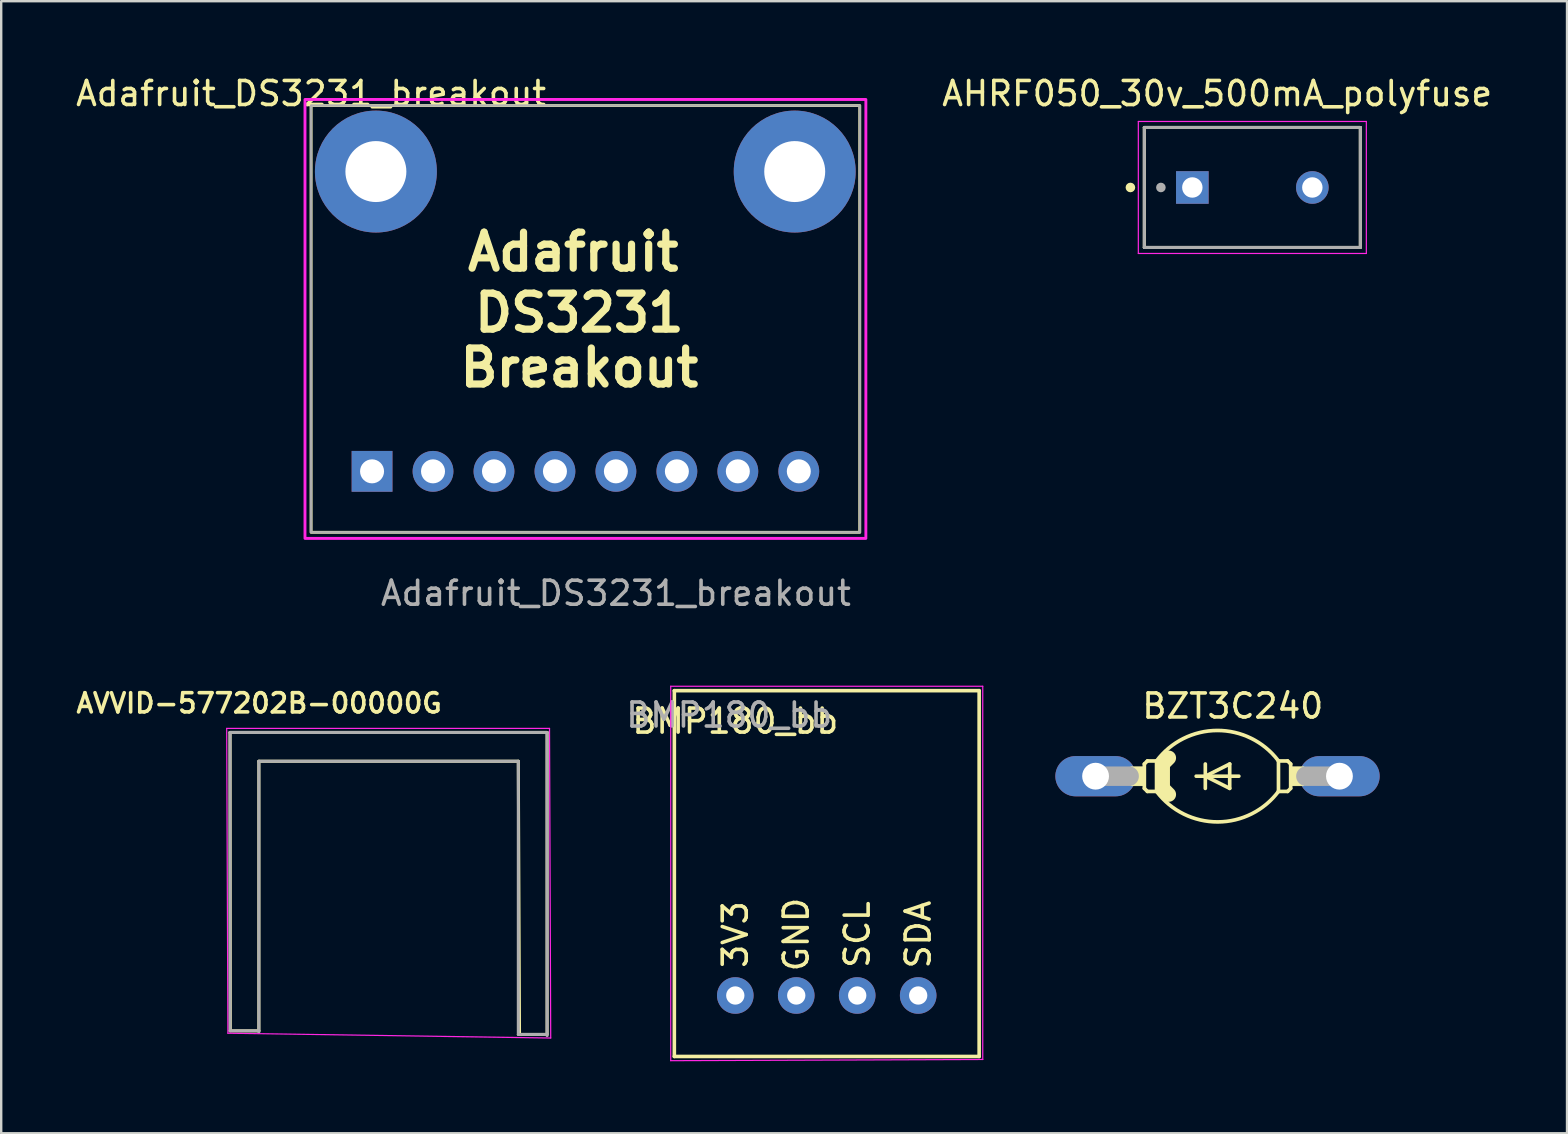
<source format=kicad_pcb>
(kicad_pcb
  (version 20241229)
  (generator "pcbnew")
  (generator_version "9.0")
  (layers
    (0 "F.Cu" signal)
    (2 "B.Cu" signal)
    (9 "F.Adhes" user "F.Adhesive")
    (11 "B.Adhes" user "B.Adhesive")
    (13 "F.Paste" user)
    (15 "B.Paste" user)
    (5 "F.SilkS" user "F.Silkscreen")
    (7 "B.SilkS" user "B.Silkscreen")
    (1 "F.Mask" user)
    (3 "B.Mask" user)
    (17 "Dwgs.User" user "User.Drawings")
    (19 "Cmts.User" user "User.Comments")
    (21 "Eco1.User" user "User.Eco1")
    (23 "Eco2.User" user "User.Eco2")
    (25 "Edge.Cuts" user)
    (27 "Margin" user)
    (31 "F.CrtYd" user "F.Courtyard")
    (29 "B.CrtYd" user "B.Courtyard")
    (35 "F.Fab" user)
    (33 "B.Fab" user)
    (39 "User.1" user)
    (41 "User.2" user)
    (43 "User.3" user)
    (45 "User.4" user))
  (footprint "AVVID-577202B-00000G"
    (layer "F.Cu")
    (at 13.145 27.398)
    (property "Reference" "AVVID-577202B-00000G" (at -5.4 -1.15 0) (layer "F.SilkS") (effects (font (size 0.8 0.8) (thickness 0.15))))
    (attr through_hole)
    (fp_line (start -6.61 0.07) (end -6.6 12.45) (stroke (width 0.127) (type solid)) (layer "F.SilkS"))
    (fp_line (start -6.61 0.07) (end 6.6 0.07) (stroke (width 0.127) (type solid)) (layer "F.SilkS"))
    (fp_line (start -5.41 1.27) (end -5.41 12.5) (stroke (width 0.127) (type solid)) (layer "F.SilkS"))
    (fp_line (start -5.41 1.27) (end 5.4 1.27) (stroke (width 0.127) (type solid)) (layer "F.SilkS"))
    (fp_line (start -5.41 12.5) (end -6.61 12.5) (stroke (width 0.127) (type solid)) (layer "F.SilkS"))
    (fp_line (start 5.4 1.27) (end 5.45 12.65) (stroke (width 0.127) (type solid)) (layer "F.SilkS"))
    (fp_line (start 5.4 12.65) (end 6.6 12.65) (stroke (width 0.127) (type solid)) (layer "F.SilkS"))
    (fp_line (start 6.6 0.07) (end 6.6 12.6) (stroke (width 0.127) (type solid)) (layer "F.SilkS"))
    (fp_line (start -6.75 -0.1) (end -6.7 12.6) (stroke (width 0.05) (type solid)) (layer "F.CrtYd"))
    (fp_line (start -6.7 12.6) (end 6.75 12.8) (stroke (width 0.05) (type solid)) (layer "F.CrtYd"))
    (fp_line (start 6.7 -0.1) (end -6.75 -0.1) (stroke (width 0.05) (type solid)) (layer "F.CrtYd"))
    (fp_line (start 6.75 12.8) (end 6.7 -0.1) (stroke (width 0.05) (type solid)) (layer "F.CrtYd"))
    (fp_line (start -6.61 0.07) (end -6.61 12.5) (stroke (width 0.127) (type solid)) (layer "F.Fab"))
    (fp_line (start -6.61 0.07) (end 6.6 0.07) (stroke (width 0.127) (type solid)) (layer "F.Fab"))
    (fp_line (start -5.41 1.27) (end -5.41 12.55) (stroke (width 0.127) (type solid)) (layer "F.Fab"))
    (fp_line (start -5.41 1.27) (end 5.4 1.27) (stroke (width 0.127) (type solid)) (layer "F.Fab"))
    (fp_line (start -5.41 12.5) (end -6.61 12.5) (stroke (width 0.127) (type solid)) (layer "F.Fab"))
    (fp_line (start 5.4 1.27) (end 5.4 12.6) (stroke (width 0.127) (type solid)) (layer "F.Fab"))
    (fp_line (start 5.4 12.65) (end 6.6 12.65) (stroke (width 0.127) (type solid)) (layer "F.Fab"))
    (fp_line (start 6.6 0.07) (end 6.6 12.7) (stroke (width 0.127) (type solid)) (layer "F.Fab")))
  (footprint "Adafruit_DS3231_breakout"
    (layer "F.Cu")
    (at 9.911 1.348)
    (property "Reference" "Adafruit_DS3231_breakout" (at 0 -0.5 0) (unlocked yes) (layer "F.SilkS") (effects (font (size 1 1) (thickness 0.15))))
    (attr through_hole)
    (fp_rect (start 0 0) (end 22.86 17.78) (stroke (width 0.12) (type solid)) (fill no) (layer "F.SilkS"))
    (fp_rect (start -0.254 -0.254) (end 23.114 18.034) (stroke (width 0.12) (type solid)) (fill no) (layer "F.CrtYd"))
    (fp_rect (start 0 0) (end 22.86 17.78) (stroke (width 0.1) (type solid)) (fill no) (layer "F.Fab"))
    (fp_text user "DS3231" (at 11.176 8.636 0) (unlocked yes) (layer "F.SilkS") (effects (font (size 1.5 1.5) (thickness 0.3))))
    (fp_text user "Adafruit" (at 10.922 6.096 0) (unlocked yes) (layer "F.SilkS") (effects (font (size 1.5 1.5) (thickness 0.3))))
    (fp_text user "Breakout" (at 11.176 10.922 0) (unlocked yes) (layer "F.SilkS") (effects (font (size 1.5 1.5) (thickness 0.3))))
    (fp_text user "${REFERENCE}" (at 12.7 20.32 0) (unlocked yes) (layer "F.Fab") (effects (font (size 1 1) (thickness 0.15))))
    (pad "" thru_hole circle (at 2.7 2.75) (size 5.08 5.08) (drill 2.54) (layers "*.Cu" "*.Mask"))
    (pad "" thru_hole circle (at 20.15 2.75) (size 5.08 5.08) (drill 2.54) (layers "*.Cu" "*.Mask"))
    (pad "1" thru_hole rect (at 2.54 15.24 90) (size 1.7 1.7) (drill 1) (layers "*.Cu" "*.Mask"))
    (pad "2" thru_hole oval (at 5.08 15.24 90) (size 1.7 1.7) (drill 1) (layers "*.Cu" "*.Mask"))
    (pad "3" thru_hole oval (at 7.62 15.24 90) (size 1.7 1.7) (drill 1) (layers "*.Cu" "*.Mask"))
    (pad "4" thru_hole oval (at 10.16 15.24 90) (size 1.7 1.7) (drill 1) (layers "*.Cu" "*.Mask"))
    (pad "5" thru_hole oval (at 12.7 15.24 90) (size 1.7 1.7) (drill 1) (layers "*.Cu" "*.Mask"))
    (pad "6" thru_hole oval (at 15.24 15.24 90) (size 1.7 1.7) (drill 1) (layers "*.Cu" "*.Mask"))
    (pad "7" thru_hole oval (at 17.78 15.24 90) (size 1.7 1.7) (drill 1) (layers "*.Cu" "*.Mask"))
    (pad "8" thru_hole oval (at 20.32 15.24 90) (size 1.7 1.7) (drill 1) (layers "*.Cu" "*.Mask")))
  (footprint "BZT3C240"
    (layer "F.Cu")
    (at 47.676 29.289)
    (property "Reference" "BZT3C240" (at 0.636 -2.924 0) (layer "F.SilkS") (effects (font (size 1.001 1.001) (thickness 0.15))))
    (attr through_hole)
    (fp_line (start -3.048 -0.508) (end -2.921 -0.635) (stroke (width 0.152) (type solid)) (layer "F.SilkS"))
    (fp_line (start -3.048 0.508) (end -3.048 -0.508) (stroke (width 0.152) (type solid)) (layer "F.SilkS"))
    (fp_line (start -3.048 0.508) (end -2.921 0.635) (stroke (width 0.152) (type solid)) (layer "F.SilkS"))
    (fp_line (start -2.54 -0.635) (end -2.921 -0.635) (stroke (width 0.152) (type solid)) (layer "F.SilkS"))
    (fp_line (start -2.54 -0.635) (end -2.54 0.635) (stroke (width 0.152) (type solid)) (layer "F.SilkS"))
    (fp_line (start -2.54 0.635) (end -2.921 0.635) (stroke (width 0.152) (type solid)) (layer "F.SilkS"))
    (fp_line (start -2.286 -0.508) (end -2.286 0.508) (stroke (width 0.61) (type solid)) (layer "F.SilkS"))
    (fp_line (start -2.286 -0.508) (end -2.032 -0.762) (stroke (width 0.61) (type solid)) (layer "F.SilkS"))
    (fp_line (start -2.032 0.762) (end -2.286 0.508) (stroke (width 0.61) (type solid)) (layer "F.SilkS"))
    (fp_line (start -0.889 0) (end -0.508 0) (stroke (width 0.152) (type solid)) (layer "F.SilkS"))
    (fp_line (start -0.508 -0.508) (end -0.508 0) (stroke (width 0.152) (type solid)) (layer "F.SilkS"))
    (fp_line (start -0.508 0) (end -0.508 0.508) (stroke (width 0.152) (type solid)) (layer "F.SilkS"))
    (fp_line (start -0.508 0) (end 0.508 -0.508) (stroke (width 0.152) (type solid)) (layer "F.SilkS"))
    (fp_line (start -0.508 0) (end 0.889 0) (stroke (width 0.152) (type solid)) (layer "F.SilkS"))
    (fp_line (start 0.508 -0.508) (end 0.508 0.508) (stroke (width 0.152) (type solid)) (layer "F.SilkS"))
    (fp_line (start 0.508 0.508) (end -0.508 0) (stroke (width 0.152) (type solid)) (layer "F.SilkS"))
    (fp_line (start 2.54 -0.635) (end 2.54 0.635) (stroke (width 0.152) (type solid)) (layer "F.SilkS"))
    (fp_line (start 2.54 -0.635) (end 2.921 -0.635) (stroke (width 0.152) (type solid)) (layer "F.SilkS"))
    (fp_line (start 2.54 0.635) (end 2.921 0.635) (stroke (width 0.152) (type solid)) (layer "F.SilkS"))
    (fp_line (start 3.048 -0.508) (end 2.921 -0.635) (stroke (width 0.152) (type solid)) (layer "F.SilkS"))
    (fp_line (start 3.048 0.508) (end 2.921 0.635) (stroke (width 0.152) (type solid)) (layer "F.SilkS"))
    (fp_line (start 3.048 0.508) (end 3.048 -0.508) (stroke (width 0.152) (type solid)) (layer "F.SilkS"))
    (fp_arc (start -2.54 -0.634999) (mid -0.012028 -1.904982) (end 2.5255 -0.6542) (stroke (width 0.1524) (type solid)) (layer "F.SilkS"))
    (fp_arc (start 2.54 0.635) (mid 0.012027 1.904982) (end -2.5255 0.654199) (stroke (width 0.1524) (type solid)) (layer "F.SilkS"))
    (fp_poly (pts (xy -3.612 -0.406) (xy -3.048 -0.406) (xy -3.048 0.407) (xy -3.612 0.407)) (stroke (width 0.01) (type solid)) (fill yes) (layer "F.SilkS"))
    (fp_poly (pts (xy 3.052 -0.406) (xy 3.607 -0.406) (xy 3.607 0.407) (xy 3.052 0.407)) (stroke (width 0.01) (type solid)) (fill yes) (layer "F.SilkS"))
    (fp_line (start -5.08 0) (end -3.683 0) (stroke (width 0.813) (type solid)) (layer "F.Fab"))
    (fp_line (start 5.08 0) (end 3.683 0) (stroke (width 0.813) (type solid)) (layer "F.Fab"))
    (pad "A" thru_hole oval (at 5.08 0) (size 3.353 1.676) (drill 1.118) (layers "*.Cu" "*.Mask"))
    (pad "C" thru_hole oval (at -5.08 0) (size 3.353 1.676) (drill 1.118) (layers "*.Cu" "*.Mask")))
  (footprint "BMP180_bb"
    (layer "F.Cu")
    (at 31.395 33.092)
    (property "Reference" "BMP180_bb" (at -3.81 -6.096 0) (unlocked yes) (layer "F.SilkS") (effects (font (size 1 1) (thickness 0.15))))
    (attr through_hole)
    (fp_line (start -6.35 -7.366) (end -6.35 7.874) (stroke (width 0.15) (type solid)) (layer "F.SilkS"))
    (fp_line (start -6.35 7.874) (end 6.35 7.874) (stroke (width 0.15) (type solid)) (layer "F.SilkS"))
    (fp_line (start 6.35 -7.366) (end -6.35 -7.366) (stroke (width 0.15) (type solid)) (layer "F.SilkS"))
    (fp_line (start 6.35 7.874) (end 6.35 -7.366) (stroke (width 0.15) (type solid)) (layer "F.SilkS"))
    (fp_line (start -6.5 -7.55) (end 6.5 -7.55) (stroke (width 0.05) (type solid)) (layer "F.CrtYd"))
    (fp_line (start -6.5 8.05) (end -6.5 -7.55) (stroke (width 0.05) (type solid)) (layer "F.CrtYd"))
    (fp_line (start 6.5 -7.55) (end 6.5 8) (stroke (width 0.05) (type solid)) (layer "F.CrtYd"))
    (fp_line (start 6.5 8) (end -6.5 8.05) (stroke (width 0.05) (type solid)) (layer "F.CrtYd"))
    (fp_text user "3V3" (at -3.81 2.794 90) (layer "F.SilkS") (effects (font (size 1 1) (thickness 0.15))))
    (fp_text user "SCL" (at 1.27 2.794 90) (layer "F.SilkS") (effects (font (size 1 1) (thickness 0.15))))
    (fp_text user "GND" (at -1.27 2.794 90) (layer "F.SilkS") (effects (font (size 1 1) (thickness 0.15))))
    (fp_text user "SDA" (at 3.81 2.794 90) (layer "F.SilkS") (effects (font (size 1 1) (thickness 0.15))))
    (fp_text user "${REFERENCE}" (at -4.064 -6.35 0) (unlocked yes) (layer "F.Fab") (effects (font (size 1 1) (thickness 0.15))))
    (pad "1" thru_hole circle (at -3.81 5.334) (size 1.524 1.524) (drill 0.762) (layers "*.Cu" "*.Mask"))
    (pad "2" thru_hole circle (at -1.27 5.334) (size 1.524 1.524) (drill 0.762) (layers "*.Cu" "*.Mask"))
    (pad "3" thru_hole circle (at 1.27 5.334) (size 1.524 1.524) (drill 0.762) (layers "*.Cu" "*.Mask"))
    (pad "4" thru_hole circle (at 3.81 5.334) (size 1.524 1.524) (drill 0.762) (layers "*.Cu" "*.Mask")))
  (footprint "AHRF050_30v_500mA_polyfuse"
    (layer "F.Cu")
    (at 49.127 4.761)
    (property "Reference" "AHRF050_30v_500mA_polyfuse" (at -1.466 -3.912 0) (layer "F.SilkS") (effects (font (size 1.002 1.002) (thickness 0.15))))
    (attr through_hole)
    (fp_line (start -4.5 -2.5) (end 4.5 -2.5) (stroke (width 0.127) (type solid)) (layer "F.SilkS"))
    (fp_line (start -4.5 2.5) (end -4.5 -2.5) (stroke (width 0.127) (type solid)) (layer "F.SilkS"))
    (fp_line (start 4.5 -2.5) (end 4.5 2.5) (stroke (width 0.127) (type solid)) (layer "F.SilkS"))
    (fp_line (start 4.5 2.5) (end -4.5 2.5) (stroke (width 0.127) (type solid)) (layer "F.SilkS"))
    (fp_circle (center -5.08 0) (end -4.98 0) (stroke (width 0.2) (type solid)) (fill no) (layer "F.SilkS"))
    (fp_line (start -4.75 -2.75) (end 4.75 -2.75) (stroke (width 0.05) (type solid)) (layer "F.CrtYd"))
    (fp_line (start -4.75 2.75) (end -4.75 -2.75) (stroke (width 0.05) (type solid)) (layer "F.CrtYd"))
    (fp_line (start 4.75 -2.75) (end 4.75 2.75) (stroke (width 0.05) (type solid)) (layer "F.CrtYd"))
    (fp_line (start 4.75 2.75) (end -4.75 2.75) (stroke (width 0.05) (type solid)) (layer "F.CrtYd"))
    (fp_line (start -4.5 -2.5) (end 4.5 -2.5) (stroke (width 0.127) (type solid)) (layer "F.Fab"))
    (fp_line (start -4.5 2.5) (end -4.5 -2.5) (stroke (width 0.127) (type solid)) (layer "F.Fab"))
    (fp_line (start 4.5 -2.5) (end 4.5 2.5) (stroke (width 0.127) (type solid)) (layer "F.Fab"))
    (fp_line (start 4.5 2.5) (end -4.5 2.5) (stroke (width 0.127) (type solid)) (layer "F.Fab"))
    (fp_circle (center -3.81 0) (end -3.71 0) (stroke (width 0.2) (type solid)) (fill no) (layer "F.Fab"))
    (pad "1" thru_hole rect (at -2.5 0) (size 1.358 1.358) (drill 0.85) (layers "*.Cu" "*.Mask"))
    (pad "2" thru_hole circle (at 2.5 0) (size 1.358 1.358) (drill 0.85) (layers "*.Cu" "*.Mask")))
  (gr_rect
    (start -3 -3)
    (end 62.238 44.166)
    (stroke (width 0.1) (type default))
    (fill no)
    (layer "Edge.Cuts")))
</source>
